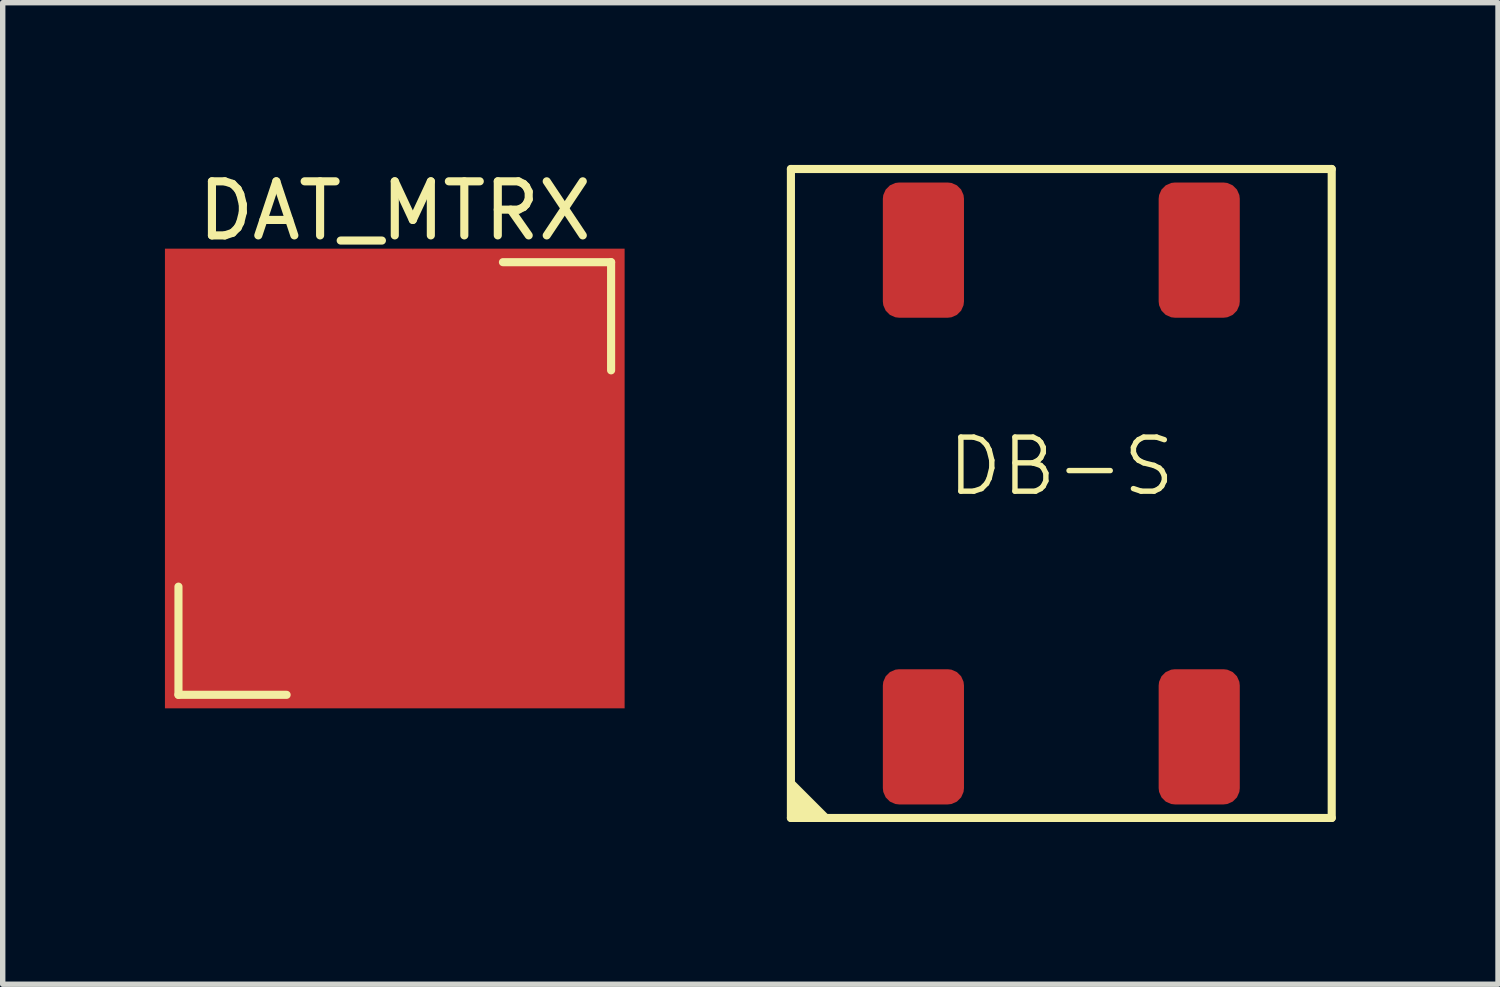
<source format=kicad_pcb>
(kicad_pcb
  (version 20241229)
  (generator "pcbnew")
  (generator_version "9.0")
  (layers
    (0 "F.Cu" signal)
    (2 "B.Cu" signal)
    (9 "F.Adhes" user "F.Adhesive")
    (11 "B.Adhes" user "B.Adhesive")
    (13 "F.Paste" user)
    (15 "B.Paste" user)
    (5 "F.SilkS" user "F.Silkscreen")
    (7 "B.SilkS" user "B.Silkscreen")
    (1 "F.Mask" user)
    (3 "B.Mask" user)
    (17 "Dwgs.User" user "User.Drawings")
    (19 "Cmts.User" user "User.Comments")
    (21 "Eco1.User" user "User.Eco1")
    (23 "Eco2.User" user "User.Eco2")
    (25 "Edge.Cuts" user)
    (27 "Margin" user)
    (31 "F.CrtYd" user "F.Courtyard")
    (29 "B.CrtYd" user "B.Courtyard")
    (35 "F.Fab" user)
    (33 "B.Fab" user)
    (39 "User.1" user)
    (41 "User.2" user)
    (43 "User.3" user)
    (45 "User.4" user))
  (footprint "DB-S"
    (layer "F.Cu")
    (at 16.575 6.075)
    (property "Reference" "DB-S" (at 0 -0.5 0) (unlocked yes) (layer "F.SilkS") (effects (font (size 1 1) (thickness 0.1))))
    (fp_line (start -5 -6) (end 5 -6) (stroke (width 0.15) (type solid)) (layer "F.SilkS"))
    (fp_line (start -5 6) (end -5 -6) (stroke (width 0.15) (type solid)) (layer "F.SilkS"))
    (fp_line (start 5 -6) (end 5 6) (stroke (width 0.15) (type solid)) (layer "F.SilkS"))
    (fp_line (start 5 6) (end -5 6) (stroke (width 0.15) (type solid)) (layer "F.SilkS"))
    (fp_poly (pts (xy -5 6) (xy -4.25 6) (xy -5 5.25)) (stroke (width 0) (type default)) (fill yes) (layer "F.SilkS"))
    (pad "1" smd roundrect (at -2.55 4.5 90) (size 2.5 1.5) (layers "F.Cu" "F.Mask" "F.Paste") (roundrect_rratio 0.2))
    (pad "2" smd roundrect (at 2.55 4.5 90) (size 2.5 1.5) (layers "F.Cu" "F.Mask" "F.Paste") (roundrect_rratio 0.2))
    (pad "3" smd roundrect (at 2.55 -4.5 90) (size 2.5 1.5) (layers "F.Cu" "F.Mask" "F.Paste") (roundrect_rratio 0.2))
    (pad "4" smd roundrect (at -2.55 -4.5 90) (size 2.5 1.5) (layers "F.Cu" "F.Mask" "F.Paste") (roundrect_rratio 0.2)))
  (footprint "DAT_MTRX"
    (layer "F.Cu")
    (at 4.25 5.798)
    (property "Reference" "DAT_MTRX" (at 0 -4.95 0) (layer "F.SilkS") (effects (font (size 1 1) (thickness 0.15))))
    (fp_line (start -4 4) (end -4 2) (stroke (width 0.15) (type solid)) (layer "F.SilkS"))
    (fp_line (start -4 4) (end -2 4) (stroke (width 0.15) (type solid)) (layer "F.SilkS"))
    (fp_line (start 2 -4) (end 4 -4) (stroke (width 0.15) (type solid)) (layer "F.SilkS"))
    (fp_line (start 4 -2) (end 4 -4) (stroke (width 0.15) (type solid)) (layer "F.SilkS"))
    (pad "" smd rect (at 0 0) (size 8.5 8.5) (layers "F.Cu")))
  (gr_rect
    (start -3 -3)
    (end 24.65 15.15)
    (stroke (width 0.1) (type default))
    (fill no)
    (layer "Edge.Cuts")))
</source>
